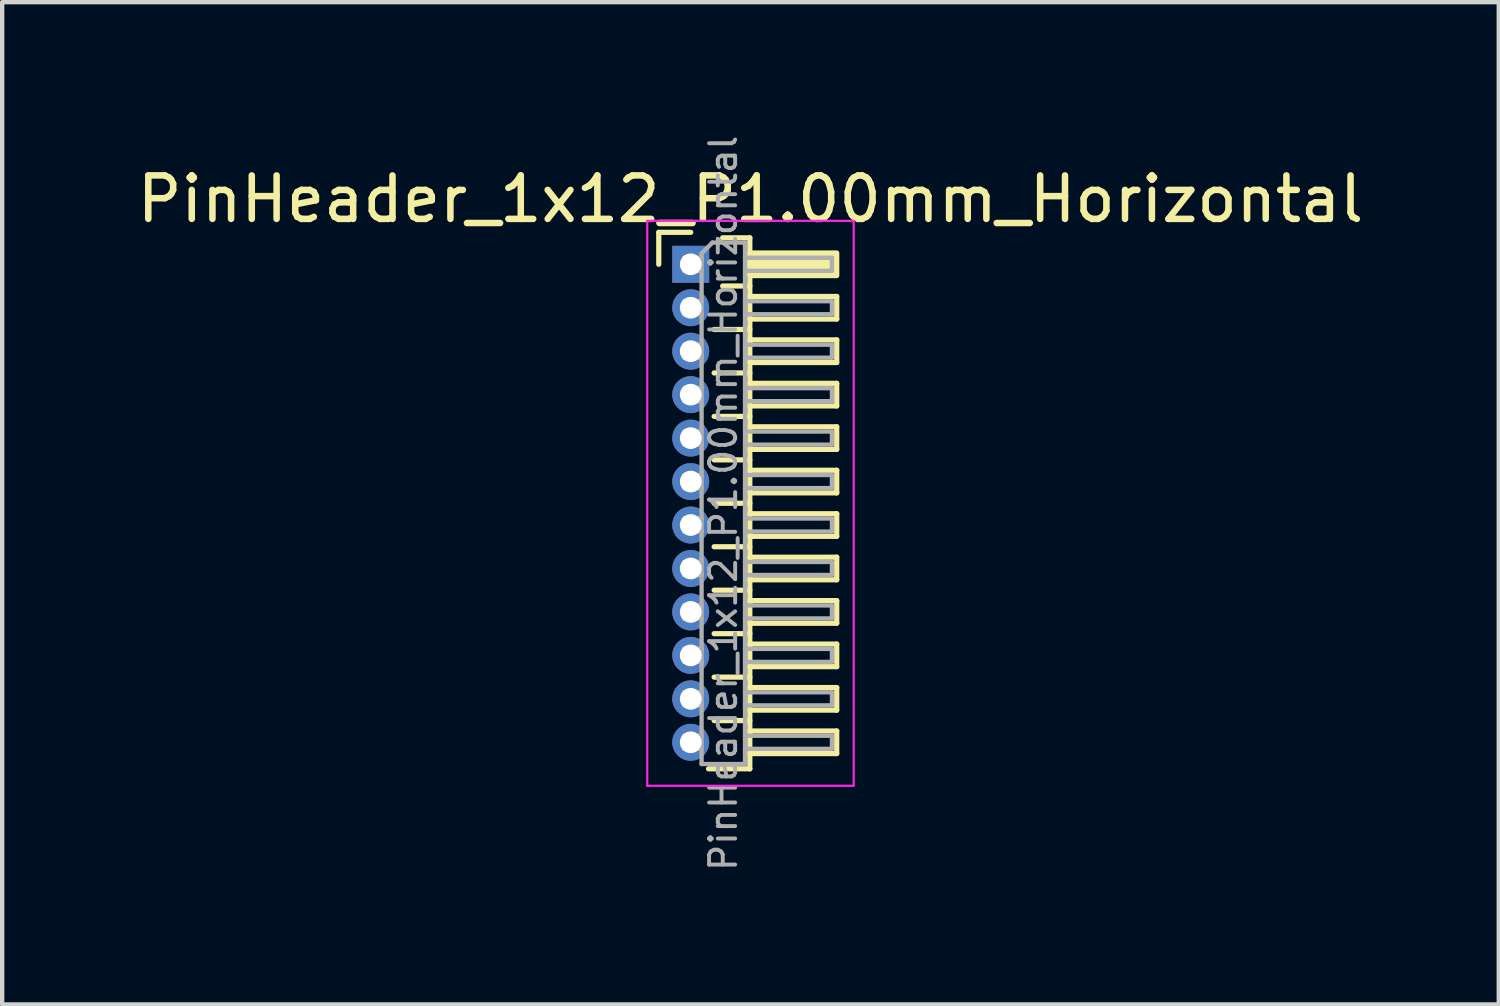
<source format=kicad_pcb>
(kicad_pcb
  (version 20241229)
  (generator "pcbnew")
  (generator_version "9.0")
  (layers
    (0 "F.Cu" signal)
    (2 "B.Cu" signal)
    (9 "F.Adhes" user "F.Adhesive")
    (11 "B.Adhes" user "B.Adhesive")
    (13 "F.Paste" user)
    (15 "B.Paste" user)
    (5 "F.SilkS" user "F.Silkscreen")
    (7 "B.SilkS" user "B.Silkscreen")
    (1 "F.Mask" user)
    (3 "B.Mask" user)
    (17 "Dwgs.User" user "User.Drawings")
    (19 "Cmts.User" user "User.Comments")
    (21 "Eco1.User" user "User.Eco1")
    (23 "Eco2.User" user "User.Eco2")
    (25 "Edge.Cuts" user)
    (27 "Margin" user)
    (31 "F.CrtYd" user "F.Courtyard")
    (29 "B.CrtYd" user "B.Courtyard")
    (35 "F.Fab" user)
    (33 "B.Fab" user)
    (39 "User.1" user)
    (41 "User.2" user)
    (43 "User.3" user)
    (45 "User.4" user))
  (footprint "PinHeader_1x12_P1.00mm_Horizontal"
    (layer "F.Cu")
    (at 12.845 3.032)
    (property "Reference" "PinHeader_1x12_P1.00mm_Horizontal" (at 1.375 -1.5 0) (layer "F.SilkS") (effects (font (size 1 1) (thickness 0.15))))
    (attr through_hole)
    (fp_line (start -0.735 -0.735) (end 0 -0.735) (stroke (width 0.12) (type solid)) (layer "F.SilkS"))
    (fp_line (start -0.735 0) (end -0.735 -0.735) (stroke (width 0.12) (type solid)) (layer "F.SilkS"))
    (fp_line (start 0.539 1.5) (end 1.36 1.5) (stroke (width 0.12) (type solid)) (layer "F.SilkS"))
    (fp_line (start 0.539 2.5) (end 1.36 2.5) (stroke (width 0.12) (type solid)) (layer "F.SilkS"))
    (fp_line (start 0.539 3.5) (end 1.36 3.5) (stroke (width 0.12) (type solid)) (layer "F.SilkS"))
    (fp_line (start 0.539 4.5) (end 1.36 4.5) (stroke (width 0.12) (type solid)) (layer "F.SilkS"))
    (fp_line (start 0.539 5.5) (end 1.36 5.5) (stroke (width 0.12) (type solid)) (layer "F.SilkS"))
    (fp_line (start 0.539 6.5) (end 1.36 6.5) (stroke (width 0.12) (type solid)) (layer "F.SilkS"))
    (fp_line (start 0.539 7.5) (end 1.36 7.5) (stroke (width 0.12) (type solid)) (layer "F.SilkS"))
    (fp_line (start 0.539 8.5) (end 1.36 8.5) (stroke (width 0.12) (type solid)) (layer "F.SilkS"))
    (fp_line (start 0.539 9.5) (end 1.36 9.5) (stroke (width 0.12) (type solid)) (layer "F.SilkS"))
    (fp_line (start 0.539 10.5) (end 1.36 10.5) (stroke (width 0.12) (type solid)) (layer "F.SilkS"))
    (fp_line (start 0.735 -0.61) (end 1.36 -0.61) (stroke (width 0.12) (type solid)) (layer "F.SilkS"))
    (fp_line (start 0.735 0.5) (end 1.36 0.5) (stroke (width 0.12) (type solid)) (layer "F.SilkS"))
    (fp_line (start 1.36 -0.61) (end 1.36 11.61) (stroke (width 0.12) (type solid)) (layer "F.SilkS"))
    (fp_line (start 1.36 0.74) (end 3.36 0.74) (stroke (width 0.12) (type solid)) (layer "F.SilkS"))
    (fp_line (start 1.36 1.74) (end 3.36 1.74) (stroke (width 0.12) (type solid)) (layer "F.SilkS"))
    (fp_line (start 1.36 2.74) (end 3.36 2.74) (stroke (width 0.12) (type solid)) (layer "F.SilkS"))
    (fp_line (start 1.36 3.74) (end 3.36 3.74) (stroke (width 0.12) (type solid)) (layer "F.SilkS"))
    (fp_line (start 1.36 4.74) (end 3.36 4.74) (stroke (width 0.12) (type solid)) (layer "F.SilkS"))
    (fp_line (start 1.36 5.74) (end 3.36 5.74) (stroke (width 0.12) (type solid)) (layer "F.SilkS"))
    (fp_line (start 1.36 6.74) (end 3.36 6.74) (stroke (width 0.12) (type solid)) (layer "F.SilkS"))
    (fp_line (start 1.36 7.74) (end 3.36 7.74) (stroke (width 0.12) (type solid)) (layer "F.SilkS"))
    (fp_line (start 1.36 8.74) (end 3.36 8.74) (stroke (width 0.12) (type solid)) (layer "F.SilkS"))
    (fp_line (start 1.36 9.74) (end 3.36 9.74) (stroke (width 0.12) (type solid)) (layer "F.SilkS"))
    (fp_line (start 1.36 10.74) (end 3.36 10.74) (stroke (width 0.12) (type solid)) (layer "F.SilkS"))
    (fp_line (start 1.36 11.61) (end 0.41 11.61) (stroke (width 0.12) (type solid)) (layer "F.SilkS"))
    (fp_line (start 3.36 0.74) (end 3.36 1.26) (stroke (width 0.12) (type solid)) (layer "F.SilkS"))
    (fp_line (start 3.36 1.26) (end 1.36 1.26) (stroke (width 0.12) (type solid)) (layer "F.SilkS"))
    (fp_line (start 3.36 1.74) (end 3.36 2.26) (stroke (width 0.12) (type solid)) (layer "F.SilkS"))
    (fp_line (start 3.36 2.26) (end 1.36 2.26) (stroke (width 0.12) (type solid)) (layer "F.SilkS"))
    (fp_line (start 3.36 2.74) (end 3.36 3.26) (stroke (width 0.12) (type solid)) (layer "F.SilkS"))
    (fp_line (start 3.36 3.26) (end 1.36 3.26) (stroke (width 0.12) (type solid)) (layer "F.SilkS"))
    (fp_line (start 3.36 3.74) (end 3.36 4.26) (stroke (width 0.12) (type solid)) (layer "F.SilkS"))
    (fp_line (start 3.36 4.26) (end 1.36 4.26) (stroke (width 0.12) (type solid)) (layer "F.SilkS"))
    (fp_line (start 3.36 4.74) (end 3.36 5.26) (stroke (width 0.12) (type solid)) (layer "F.SilkS"))
    (fp_line (start 3.36 5.26) (end 1.36 5.26) (stroke (width 0.12) (type solid)) (layer "F.SilkS"))
    (fp_line (start 3.36 5.74) (end 3.36 6.26) (stroke (width 0.12) (type solid)) (layer "F.SilkS"))
    (fp_line (start 3.36 6.26) (end 1.36 6.26) (stroke (width 0.12) (type solid)) (layer "F.SilkS"))
    (fp_line (start 3.36 6.74) (end 3.36 7.26) (stroke (width 0.12) (type solid)) (layer "F.SilkS"))
    (fp_line (start 3.36 7.26) (end 1.36 7.26) (stroke (width 0.12) (type solid)) (layer "F.SilkS"))
    (fp_line (start 3.36 7.74) (end 3.36 8.26) (stroke (width 0.12) (type solid)) (layer "F.SilkS"))
    (fp_line (start 3.36 8.26) (end 1.36 8.26) (stroke (width 0.12) (type solid)) (layer "F.SilkS"))
    (fp_line (start 3.36 8.74) (end 3.36 9.26) (stroke (width 0.12) (type solid)) (layer "F.SilkS"))
    (fp_line (start 3.36 9.26) (end 1.36 9.26) (stroke (width 0.12) (type solid)) (layer "F.SilkS"))
    (fp_line (start 3.36 9.74) (end 3.36 10.26) (stroke (width 0.12) (type solid)) (layer "F.SilkS"))
    (fp_line (start 3.36 10.26) (end 1.36 10.26) (stroke (width 0.12) (type solid)) (layer "F.SilkS"))
    (fp_line (start 3.36 10.74) (end 3.36 11.26) (stroke (width 0.12) (type solid)) (layer "F.SilkS"))
    (fp_line (start 3.36 11.26) (end 1.36 11.26) (stroke (width 0.12) (type solid)) (layer "F.SilkS"))
    (fp_rect (start 1.36 -0.26) (end 3.36 0.26) (stroke (width 0.12) (type solid)) (fill yes) (layer "F.SilkS"))
    (fp_line (start -1 -1) (end -1 12) (stroke (width 0.05) (type solid)) (layer "F.CrtYd"))
    (fp_line (start -1 12) (end 3.75 12) (stroke (width 0.05) (type solid)) (layer "F.CrtYd"))
    (fp_line (start 3.75 -1) (end -1 -1) (stroke (width 0.05) (type solid)) (layer "F.CrtYd"))
    (fp_line (start 3.75 12) (end 3.75 -1) (stroke (width 0.05) (type solid)) (layer "F.CrtYd"))
    (fp_line (start -0.15 -0.15) (end -0.15 0.15) (stroke (width 0.1) (type solid)) (layer "F.Fab"))
    (fp_line (start -0.15 -0.15) (end 0.25 -0.15) (stroke (width 0.1) (type solid)) (layer "F.Fab"))
    (fp_line (start -0.15 0.15) (end 0.25 0.15) (stroke (width 0.1) (type solid)) (layer "F.Fab"))
    (fp_line (start -0.15 0.85) (end -0.15 1.15) (stroke (width 0.1) (type solid)) (layer "F.Fab"))
    (fp_line (start -0.15 0.85) (end 0.25 0.85) (stroke (width 0.1) (type solid)) (layer "F.Fab"))
    (fp_line (start -0.15 1.15) (end 0.25 1.15) (stroke (width 0.1) (type solid)) (layer "F.Fab"))
    (fp_line (start -0.15 1.85) (end -0.15 2.15) (stroke (width 0.1) (type solid)) (layer "F.Fab"))
    (fp_line (start -0.15 1.85) (end 0.25 1.85) (stroke (width 0.1) (type solid)) (layer "F.Fab"))
    (fp_line (start -0.15 2.15) (end 0.25 2.15) (stroke (width 0.1) (type solid)) (layer "F.Fab"))
    (fp_line (start -0.15 2.85) (end -0.15 3.15) (stroke (width 0.1) (type solid)) (layer "F.Fab"))
    (fp_line (start -0.15 2.85) (end 0.25 2.85) (stroke (width 0.1) (type solid)) (layer "F.Fab"))
    (fp_line (start -0.15 3.15) (end 0.25 3.15) (stroke (width 0.1) (type solid)) (layer "F.Fab"))
    (fp_line (start -0.15 3.85) (end -0.15 4.15) (stroke (width 0.1) (type solid)) (layer "F.Fab"))
    (fp_line (start -0.15 3.85) (end 0.25 3.85) (stroke (width 0.1) (type solid)) (layer "F.Fab"))
    (fp_line (start -0.15 4.15) (end 0.25 4.15) (stroke (width 0.1) (type solid)) (layer "F.Fab"))
    (fp_line (start -0.15 4.85) (end -0.15 5.15) (stroke (width 0.1) (type solid)) (layer "F.Fab"))
    (fp_line (start -0.15 4.85) (end 0.25 4.85) (stroke (width 0.1) (type solid)) (layer "F.Fab"))
    (fp_line (start -0.15 5.15) (end 0.25 5.15) (stroke (width 0.1) (type solid)) (layer "F.Fab"))
    (fp_line (start -0.15 5.85) (end -0.15 6.15) (stroke (width 0.1) (type solid)) (layer "F.Fab"))
    (fp_line (start -0.15 5.85) (end 0.25 5.85) (stroke (width 0.1) (type solid)) (layer "F.Fab"))
    (fp_line (start -0.15 6.15) (end 0.25 6.15) (stroke (width 0.1) (type solid)) (layer "F.Fab"))
    (fp_line (start -0.15 6.85) (end -0.15 7.15) (stroke (width 0.1) (type solid)) (layer "F.Fab"))
    (fp_line (start -0.15 6.85) (end 0.25 6.85) (stroke (width 0.1) (type solid)) (layer "F.Fab"))
    (fp_line (start -0.15 7.15) (end 0.25 7.15) (stroke (width 0.1) (type solid)) (layer "F.Fab"))
    (fp_line (start -0.15 7.85) (end -0.15 8.15) (stroke (width 0.1) (type solid)) (layer "F.Fab"))
    (fp_line (start -0.15 7.85) (end 0.25 7.85) (stroke (width 0.1) (type solid)) (layer "F.Fab"))
    (fp_line (start -0.15 8.15) (end 0.25 8.15) (stroke (width 0.1) (type solid)) (layer "F.Fab"))
    (fp_line (start -0.15 8.85) (end -0.15 9.15) (stroke (width 0.1) (type solid)) (layer "F.Fab"))
    (fp_line (start -0.15 8.85) (end 0.25 8.85) (stroke (width 0.1) (type solid)) (layer "F.Fab"))
    (fp_line (start -0.15 9.15) (end 0.25 9.15) (stroke (width 0.1) (type solid)) (layer "F.Fab"))
    (fp_line (start -0.15 9.85) (end -0.15 10.15) (stroke (width 0.1) (type solid)) (layer "F.Fab"))
    (fp_line (start -0.15 9.85) (end 0.25 9.85) (stroke (width 0.1) (type solid)) (layer "F.Fab"))
    (fp_line (start -0.15 10.15) (end 0.25 10.15) (stroke (width 0.1) (type solid)) (layer "F.Fab"))
    (fp_line (start -0.15 10.85) (end -0.15 11.15) (stroke (width 0.1) (type solid)) (layer "F.Fab"))
    (fp_line (start -0.15 10.85) (end 0.25 10.85) (stroke (width 0.1) (type solid)) (layer "F.Fab"))
    (fp_line (start -0.15 11.15) (end 0.25 11.15) (stroke (width 0.1) (type solid)) (layer "F.Fab"))
    (fp_line (start 0.25 -0.25) (end 0.5 -0.5) (stroke (width 0.1) (type solid)) (layer "F.Fab"))
    (fp_line (start 0.25 11.5) (end 0.25 -0.25) (stroke (width 0.1) (type solid)) (layer "F.Fab"))
    (fp_line (start 0.5 -0.5) (end 1.25 -0.5) (stroke (width 0.1) (type solid)) (layer "F.Fab"))
    (fp_line (start 1.25 -0.5) (end 1.25 11.5) (stroke (width 0.1) (type solid)) (layer "F.Fab"))
    (fp_line (start 1.25 -0.15) (end 3.25 -0.15) (stroke (width 0.1) (type solid)) (layer "F.Fab"))
    (fp_line (start 1.25 0.15) (end 3.25 0.15) (stroke (width 0.1) (type solid)) (layer "F.Fab"))
    (fp_line (start 1.25 0.85) (end 3.25 0.85) (stroke (width 0.1) (type solid)) (layer "F.Fab"))
    (fp_line (start 1.25 1.15) (end 3.25 1.15) (stroke (width 0.1) (type solid)) (layer "F.Fab"))
    (fp_line (start 1.25 1.85) (end 3.25 1.85) (stroke (width 0.1) (type solid)) (layer "F.Fab"))
    (fp_line (start 1.25 2.15) (end 3.25 2.15) (stroke (width 0.1) (type solid)) (layer "F.Fab"))
    (fp_line (start 1.25 2.85) (end 3.25 2.85) (stroke (width 0.1) (type solid)) (layer "F.Fab"))
    (fp_line (start 1.25 3.15) (end 3.25 3.15) (stroke (width 0.1) (type solid)) (layer "F.Fab"))
    (fp_line (start 1.25 3.85) (end 3.25 3.85) (stroke (width 0.1) (type solid)) (layer "F.Fab"))
    (fp_line (start 1.25 4.15) (end 3.25 4.15) (stroke (width 0.1) (type solid)) (layer "F.Fab"))
    (fp_line (start 1.25 4.85) (end 3.25 4.85) (stroke (width 0.1) (type solid)) (layer "F.Fab"))
    (fp_line (start 1.25 5.15) (end 3.25 5.15) (stroke (width 0.1) (type solid)) (layer "F.Fab"))
    (fp_line (start 1.25 5.85) (end 3.25 5.85) (stroke (width 0.1) (type solid)) (layer "F.Fab"))
    (fp_line (start 1.25 6.15) (end 3.25 6.15) (stroke (width 0.1) (type solid)) (layer "F.Fab"))
    (fp_line (start 1.25 6.85) (end 3.25 6.85) (stroke (width 0.1) (type solid)) (layer "F.Fab"))
    (fp_line (start 1.25 7.15) (end 3.25 7.15) (stroke (width 0.1) (type solid)) (layer "F.Fab"))
    (fp_line (start 1.25 7.85) (end 3.25 7.85) (stroke (width 0.1) (type solid)) (layer "F.Fab"))
    (fp_line (start 1.25 8.15) (end 3.25 8.15) (stroke (width 0.1) (type solid)) (layer "F.Fab"))
    (fp_line (start 1.25 8.85) (end 3.25 8.85) (stroke (width 0.1) (type solid)) (layer "F.Fab"))
    (fp_line (start 1.25 9.15) (end 3.25 9.15) (stroke (width 0.1) (type solid)) (layer "F.Fab"))
    (fp_line (start 1.25 9.85) (end 3.25 9.85) (stroke (width 0.1) (type solid)) (layer "F.Fab"))
    (fp_line (start 1.25 10.15) (end 3.25 10.15) (stroke (width 0.1) (type solid)) (layer "F.Fab"))
    (fp_line (start 1.25 10.85) (end 3.25 10.85) (stroke (width 0.1) (type solid)) (layer "F.Fab"))
    (fp_line (start 1.25 11.15) (end 3.25 11.15) (stroke (width 0.1) (type solid)) (layer "F.Fab"))
    (fp_line (start 1.25 11.5) (end 0.25 11.5) (stroke (width 0.1) (type solid)) (layer "F.Fab"))
    (fp_line (start 3.25 -0.15) (end 3.25 0.15) (stroke (width 0.1) (type solid)) (layer "F.Fab"))
    (fp_line (start 3.25 0.85) (end 3.25 1.15) (stroke (width 0.1) (type solid)) (layer "F.Fab"))
    (fp_line (start 3.25 1.85) (end 3.25 2.15) (stroke (width 0.1) (type solid)) (layer "F.Fab"))
    (fp_line (start 3.25 2.85) (end 3.25 3.15) (stroke (width 0.1) (type solid)) (layer "F.Fab"))
    (fp_line (start 3.25 3.85) (end 3.25 4.15) (stroke (width 0.1) (type solid)) (layer "F.Fab"))
    (fp_line (start 3.25 4.85) (end 3.25 5.15) (stroke (width 0.1) (type solid)) (layer "F.Fab"))
    (fp_line (start 3.25 5.85) (end 3.25 6.15) (stroke (width 0.1) (type solid)) (layer "F.Fab"))
    (fp_line (start 3.25 6.85) (end 3.25 7.15) (stroke (width 0.1) (type solid)) (layer "F.Fab"))
    (fp_line (start 3.25 7.85) (end 3.25 8.15) (stroke (width 0.1) (type solid)) (layer "F.Fab"))
    (fp_line (start 3.25 8.85) (end 3.25 9.15) (stroke (width 0.1) (type solid)) (layer "F.Fab"))
    (fp_line (start 3.25 9.85) (end 3.25 10.15) (stroke (width 0.1) (type solid)) (layer "F.Fab"))
    (fp_line (start 3.25 10.85) (end 3.25 11.15) (stroke (width 0.1) (type solid)) (layer "F.Fab"))
    (fp_text user "${REFERENCE}" (at 0.75 5.5 90) (layer "F.Fab") (effects (font (size 0.6 0.6) (thickness 0.09))))
    (pad "1" thru_hole rect (at 0 0) (size 0.85 0.85) (drill 0.5) (layers "*.Cu" "*.Mask"))
    (pad "2" thru_hole circle (at 0 1) (size 0.85 0.85) (drill 0.5) (layers "*.Cu" "*.Mask"))
    (pad "3" thru_hole circle (at 0 2) (size 0.85 0.85) (drill 0.5) (layers "*.Cu" "*.Mask"))
    (pad "4" thru_hole circle (at 0 3) (size 0.85 0.85) (drill 0.5) (layers "*.Cu" "*.Mask"))
    (pad "5" thru_hole circle (at 0 4) (size 0.85 0.85) (drill 0.5) (layers "*.Cu" "*.Mask"))
    (pad "6" thru_hole circle (at 0 5) (size 0.85 0.85) (drill 0.5) (layers "*.Cu" "*.Mask"))
    (pad "7" thru_hole circle (at 0 6) (size 0.85 0.85) (drill 0.5) (layers "*.Cu" "*.Mask"))
    (pad "8" thru_hole circle (at 0 7) (size 0.85 0.85) (drill 0.5) (layers "*.Cu" "*.Mask"))
    (pad "9" thru_hole circle (at 0 8) (size 0.85 0.85) (drill 0.5) (layers "*.Cu" "*.Mask"))
    (pad "10" thru_hole circle (at 0 9) (size 0.85 0.85) (drill 0.5) (layers "*.Cu" "*.Mask"))
    (pad "11" thru_hole circle (at 0 10) (size 0.85 0.85) (drill 0.5) (layers "*.Cu" "*.Mask"))
    (pad "12" thru_hole circle (at 0 11) (size 0.85 0.85) (drill 0.5) (layers "*.Cu" "*.Mask")))
  (gr_rect
    (start -3 -3)
    (end 31.44 20.064)
    (stroke (width 0.1) (type default))
    (fill no)
    (layer "Edge.Cuts")))
</source>
